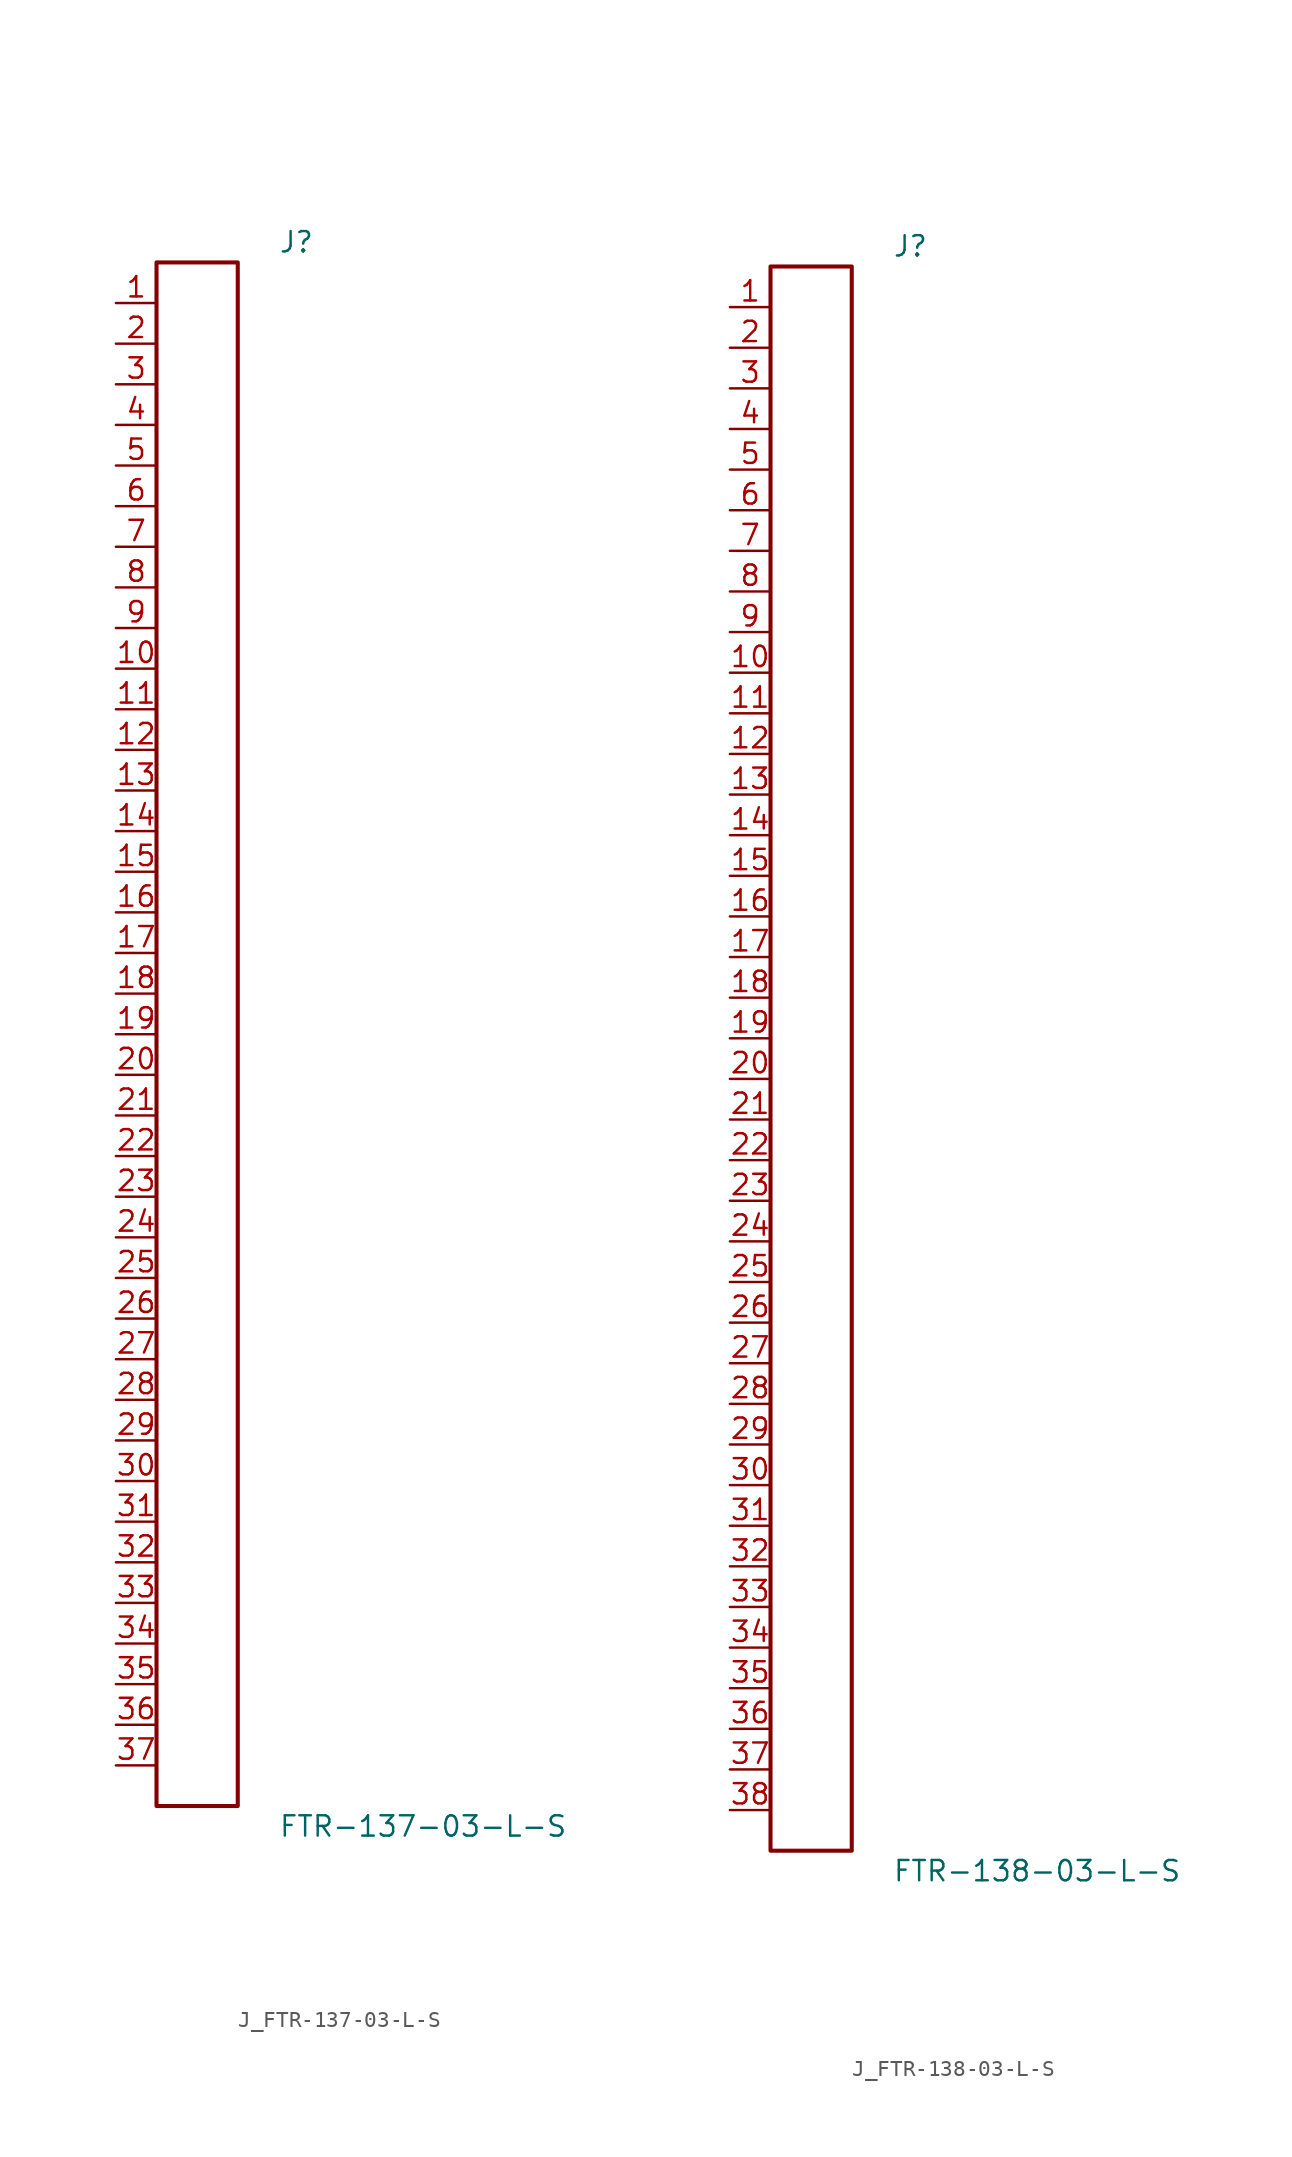
<source format=kicad_sym>
(kicad_symbol_lib
  (version 20231120)
  (generator kicad_symbol_editor)
  (generator_version 8.0)
  (symbol "J_FTR-137-03-L-S"
    (pin_names
      (offset 0.254))
    (property "Reference" "J"
      (at 5.08 49.53 0)
      (effects (font (size 1.27 1.27)) (justify left)))
    (property "Value" "FTR-137-03-L-S"
      (at 5.08 -49.53 0)
      (effects (font (size 1.27 1.27)) (justify left)))
    (symbol "J_FTR-137-03-L-S_0_0"
      (pin unspecified line (at -5.08 45.72 0) (length 2.54) (name "" (effects (font (size 1.27 1.27)))) (number "1" (effects (font (size 1.27 1.27)))))
      (pin unspecified line (at -5.08 43.18 0) (length 2.54) (name "" (effects (font (size 1.27 1.27)))) (number "2" (effects (font (size 1.27 1.27)))))
      (pin unspecified line (at -5.08 40.64 0) (length 2.54) (name "" (effects (font (size 1.27 1.27)))) (number "3" (effects (font (size 1.27 1.27)))))
      (pin unspecified line (at -5.08 38.1 0) (length 2.54) (name "" (effects (font (size 1.27 1.27)))) (number "4" (effects (font (size 1.27 1.27)))))
      (pin unspecified line (at -5.08 35.56 0) (length 2.54) (name "" (effects (font (size 1.27 1.27)))) (number "5" (effects (font (size 1.27 1.27)))))
      (pin unspecified line (at -5.08 33.02 0) (length 2.54) (name "" (effects (font (size 1.27 1.27)))) (number "6" (effects (font (size 1.27 1.27)))))
      (pin unspecified line (at -5.08 30.48 0) (length 2.54) (name "" (effects (font (size 1.27 1.27)))) (number "7" (effects (font (size 1.27 1.27)))))
      (pin unspecified line (at -5.08 27.94 0) (length 2.54) (name "" (effects (font (size 1.27 1.27)))) (number "8" (effects (font (size 1.27 1.27)))))
      (pin unspecified line (at -5.08 25.4 0) (length 2.54) (name "" (effects (font (size 1.27 1.27)))) (number "9" (effects (font (size 1.27 1.27)))))
      (pin unspecified line (at -5.08 22.86 0) (length 2.54) (name "" (effects (font (size 1.27 1.27)))) (number "10" (effects (font (size 1.27 1.27)))))
      (pin unspecified line (at -5.08 20.32 0) (length 2.54) (name "" (effects (font (size 1.27 1.27)))) (number "11" (effects (font (size 1.27 1.27)))))
      (pin unspecified line (at -5.08 17.78 0) (length 2.54) (name "" (effects (font (size 1.27 1.27)))) (number "12" (effects (font (size 1.27 1.27)))))
      (pin unspecified line (at -5.08 15.24 0) (length 2.54) (name "" (effects (font (size 1.27 1.27)))) (number "13" (effects (font (size 1.27 1.27)))))
      (pin unspecified line (at -5.08 12.7 0) (length 2.54) (name "" (effects (font (size 1.27 1.27)))) (number "14" (effects (font (size 1.27 1.27)))))
      (pin unspecified line (at -5.08 10.16 0) (length 2.54) (name "" (effects (font (size 1.27 1.27)))) (number "15" (effects (font (size 1.27 1.27)))))
      (pin unspecified line (at -5.08 7.62 0) (length 2.54) (name "" (effects (font (size 1.27 1.27)))) (number "16" (effects (font (size 1.27 1.27)))))
      (pin unspecified line (at -5.08 5.08 0) (length 2.54) (name "" (effects (font (size 1.27 1.27)))) (number "17" (effects (font (size 1.27 1.27)))))
      (pin unspecified line (at -5.08 2.54 0) (length 2.54) (name "" (effects (font (size 1.27 1.27)))) (number "18" (effects (font (size 1.27 1.27)))))
      (pin unspecified line (at -5.08 0.0 0) (length 2.54) (name "" (effects (font (size 1.27 1.27)))) (number "19" (effects (font (size 1.27 1.27)))))
      (pin unspecified line (at -5.08 -2.54 0) (length 2.54) (name "" (effects (font (size 1.27 1.27)))) (number "20" (effects (font (size 1.27 1.27)))))
      (pin unspecified line (at -5.08 -5.08 0) (length 2.54) (name "" (effects (font (size 1.27 1.27)))) (number "21" (effects (font (size 1.27 1.27)))))
      (pin unspecified line (at -5.08 -7.62 0) (length 2.54) (name "" (effects (font (size 1.27 1.27)))) (number "22" (effects (font (size 1.27 1.27)))))
      (pin unspecified line (at -5.08 -10.16 0) (length 2.54) (name "" (effects (font (size 1.27 1.27)))) (number "23" (effects (font (size 1.27 1.27)))))
      (pin unspecified line (at -5.08 -12.7 0) (length 2.54) (name "" (effects (font (size 1.27 1.27)))) (number "24" (effects (font (size 1.27 1.27)))))
      (pin unspecified line (at -5.08 -15.24 0) (length 2.54) (name "" (effects (font (size 1.27 1.27)))) (number "25" (effects (font (size 1.27 1.27)))))
      (pin unspecified line (at -5.08 -17.78 0) (length 2.54) (name "" (effects (font (size 1.27 1.27)))) (number "26" (effects (font (size 1.27 1.27)))))
      (pin unspecified line (at -5.08 -20.32 0) (length 2.54) (name "" (effects (font (size 1.27 1.27)))) (number "27" (effects (font (size 1.27 1.27)))))
      (pin unspecified line (at -5.08 -22.86 0) (length 2.54) (name "" (effects (font (size 1.27 1.27)))) (number "28" (effects (font (size 1.27 1.27)))))
      (pin unspecified line (at -5.08 -25.4 0) (length 2.54) (name "" (effects (font (size 1.27 1.27)))) (number "29" (effects (font (size 1.27 1.27)))))
      (pin unspecified line (at -5.08 -27.94 0) (length 2.54) (name "" (effects (font (size 1.27 1.27)))) (number "30" (effects (font (size 1.27 1.27)))))
      (pin unspecified line (at -5.08 -30.48 0) (length 2.54) (name "" (effects (font (size 1.27 1.27)))) (number "31" (effects (font (size 1.27 1.27)))))
      (pin unspecified line (at -5.08 -33.02 0) (length 2.54) (name "" (effects (font (size 1.27 1.27)))) (number "32" (effects (font (size 1.27 1.27)))))
      (pin unspecified line (at -5.08 -35.56 0) (length 2.54) (name "" (effects (font (size 1.27 1.27)))) (number "33" (effects (font (size 1.27 1.27)))))
      (pin unspecified line (at -5.08 -38.1 0) (length 2.54) (name "" (effects (font (size 1.27 1.27)))) (number "34" (effects (font (size 1.27 1.27)))))
      (pin unspecified line (at -5.08 -40.64 0) (length 2.54) (name "" (effects (font (size 1.27 1.27)))) (number "35" (effects (font (size 1.27 1.27)))))
      (pin unspecified line (at -5.08 -43.18 0) (length 2.54) (name "" (effects (font (size 1.27 1.27)))) (number "36" (effects (font (size 1.27 1.27)))))
      (pin unspecified line (at -5.08 -45.72 0) (length 2.54) (name "" (effects (font (size 1.27 1.27)))) (number "37" (effects (font (size 1.27 1.27))))))
    (symbol "J_FTR-137-03-L-S_1_0"
      (rectangle (start -2.54 48.26) (end 2.54 -48.26) (stroke (width 0.254) (type solid)) (fill (type none)))))
  (symbol "J_FTR-138-03-L-S"
    (pin_names
      (offset 0.254))
    (property "Reference" "J"
      (at 5.08 50.8 0)
      (effects (font (size 1.27 1.27)) (justify left)))
    (property "Value" "FTR-138-03-L-S"
      (at 5.08 -50.8 0)
      (effects (font (size 1.27 1.27)) (justify left)))
    (symbol "J_FTR-138-03-L-S_0_0"
      (pin unspecified line (at -5.08 46.99 0) (length 2.54) (name "" (effects (font (size 1.27 1.27)))) (number "1" (effects (font (size 1.27 1.27)))))
      (pin unspecified line (at -5.08 44.45 0) (length 2.54) (name "" (effects (font (size 1.27 1.27)))) (number "2" (effects (font (size 1.27 1.27)))))
      (pin unspecified line (at -5.08 41.91 0) (length 2.54) (name "" (effects (font (size 1.27 1.27)))) (number "3" (effects (font (size 1.27 1.27)))))
      (pin unspecified line (at -5.08 39.37 0) (length 2.54) (name "" (effects (font (size 1.27 1.27)))) (number "4" (effects (font (size 1.27 1.27)))))
      (pin unspecified line (at -5.08 36.83 0) (length 2.54) (name "" (effects (font (size 1.27 1.27)))) (number "5" (effects (font (size 1.27 1.27)))))
      (pin unspecified line (at -5.08 34.29 0) (length 2.54) (name "" (effects (font (size 1.27 1.27)))) (number "6" (effects (font (size 1.27 1.27)))))
      (pin unspecified line (at -5.08 31.75 0) (length 2.54) (name "" (effects (font (size 1.27 1.27)))) (number "7" (effects (font (size 1.27 1.27)))))
      (pin unspecified line (at -5.08 29.21 0) (length 2.54) (name "" (effects (font (size 1.27 1.27)))) (number "8" (effects (font (size 1.27 1.27)))))
      (pin unspecified line (at -5.08 26.67 0) (length 2.54) (name "" (effects (font (size 1.27 1.27)))) (number "9" (effects (font (size 1.27 1.27)))))
      (pin unspecified line (at -5.08 24.13 0) (length 2.54) (name "" (effects (font (size 1.27 1.27)))) (number "10" (effects (font (size 1.27 1.27)))))
      (pin unspecified line (at -5.08 21.59 0) (length 2.54) (name "" (effects (font (size 1.27 1.27)))) (number "11" (effects (font (size 1.27 1.27)))))
      (pin unspecified line (at -5.08 19.05 0) (length 2.54) (name "" (effects (font (size 1.27 1.27)))) (number "12" (effects (font (size 1.27 1.27)))))
      (pin unspecified line (at -5.08 16.51 0) (length 2.54) (name "" (effects (font (size 1.27 1.27)))) (number "13" (effects (font (size 1.27 1.27)))))
      (pin unspecified line (at -5.08 13.97 0) (length 2.54) (name "" (effects (font (size 1.27 1.27)))) (number "14" (effects (font (size 1.27 1.27)))))
      (pin unspecified line (at -5.08 11.43 0) (length 2.54) (name "" (effects (font (size 1.27 1.27)))) (number "15" (effects (font (size 1.27 1.27)))))
      (pin unspecified line (at -5.08 8.89 0) (length 2.54) (name "" (effects (font (size 1.27 1.27)))) (number "16" (effects (font (size 1.27 1.27)))))
      (pin unspecified line (at -5.08 6.35 0) (length 2.54) (name "" (effects (font (size 1.27 1.27)))) (number "17" (effects (font (size 1.27 1.27)))))
      (pin unspecified line (at -5.08 3.81 0) (length 2.54) (name "" (effects (font (size 1.27 1.27)))) (number "18" (effects (font (size 1.27 1.27)))))
      (pin unspecified line (at -5.08 1.27 0) (length 2.54) (name "" (effects (font (size 1.27 1.27)))) (number "19" (effects (font (size 1.27 1.27)))))
      (pin unspecified line (at -5.08 -1.27 0) (length 2.54) (name "" (effects (font (size 1.27 1.27)))) (number "20" (effects (font (size 1.27 1.27)))))
      (pin unspecified line (at -5.08 -3.81 0) (length 2.54) (name "" (effects (font (size 1.27 1.27)))) (number "21" (effects (font (size 1.27 1.27)))))
      (pin unspecified line (at -5.08 -6.35 0) (length 2.54) (name "" (effects (font (size 1.27 1.27)))) (number "22" (effects (font (size 1.27 1.27)))))
      (pin unspecified line (at -5.08 -8.89 0) (length 2.54) (name "" (effects (font (size 1.27 1.27)))) (number "23" (effects (font (size 1.27 1.27)))))
      (pin unspecified line (at -5.08 -11.43 0) (length 2.54) (name "" (effects (font (size 1.27 1.27)))) (number "24" (effects (font (size 1.27 1.27)))))
      (pin unspecified line (at -5.08 -13.97 0) (length 2.54) (name "" (effects (font (size 1.27 1.27)))) (number "25" (effects (font (size 1.27 1.27)))))
      (pin unspecified line (at -5.08 -16.51 0) (length 2.54) (name "" (effects (font (size 1.27 1.27)))) (number "26" (effects (font (size 1.27 1.27)))))
      (pin unspecified line (at -5.08 -19.05 0) (length 2.54) (name "" (effects (font (size 1.27 1.27)))) (number "27" (effects (font (size 1.27 1.27)))))
      (pin unspecified line (at -5.08 -21.59 0) (length 2.54) (name "" (effects (font (size 1.27 1.27)))) (number "28" (effects (font (size 1.27 1.27)))))
      (pin unspecified line (at -5.08 -24.13 0) (length 2.54) (name "" (effects (font (size 1.27 1.27)))) (number "29" (effects (font (size 1.27 1.27)))))
      (pin unspecified line (at -5.08 -26.67 0) (length 2.54) (name "" (effects (font (size 1.27 1.27)))) (number "30" (effects (font (size 1.27 1.27)))))
      (pin unspecified line (at -5.08 -29.21 0) (length 2.54) (name "" (effects (font (size 1.27 1.27)))) (number "31" (effects (font (size 1.27 1.27)))))
      (pin unspecified line (at -5.08 -31.75 0) (length 2.54) (name "" (effects (font (size 1.27 1.27)))) (number "32" (effects (font (size 1.27 1.27)))))
      (pin unspecified line (at -5.08 -34.29 0) (length 2.54) (name "" (effects (font (size 1.27 1.27)))) (number "33" (effects (font (size 1.27 1.27)))))
      (pin unspecified line (at -5.08 -36.83 0) (length 2.54) (name "" (effects (font (size 1.27 1.27)))) (number "34" (effects (font (size 1.27 1.27)))))
      (pin unspecified line (at -5.08 -39.37 0) (length 2.54) (name "" (effects (font (size 1.27 1.27)))) (number "35" (effects (font (size 1.27 1.27)))))
      (pin unspecified line (at -5.08 -41.91 0) (length 2.54) (name "" (effects (font (size 1.27 1.27)))) (number "36" (effects (font (size 1.27 1.27)))))
      (pin unspecified line (at -5.08 -44.45 0) (length 2.54) (name "" (effects (font (size 1.27 1.27)))) (number "37" (effects (font (size 1.27 1.27)))))
      (pin unspecified line (at -5.08 -46.99 0) (length 2.54) (name "" (effects (font (size 1.27 1.27)))) (number "38" (effects (font (size 1.27 1.27))))))
    (symbol "J_FTR-138-03-L-S_1_0"
      (rectangle (start -2.54 49.53) (end 2.54 -49.53) (stroke (width 0.254) (type solid)) (fill (type none))))))
</source>
